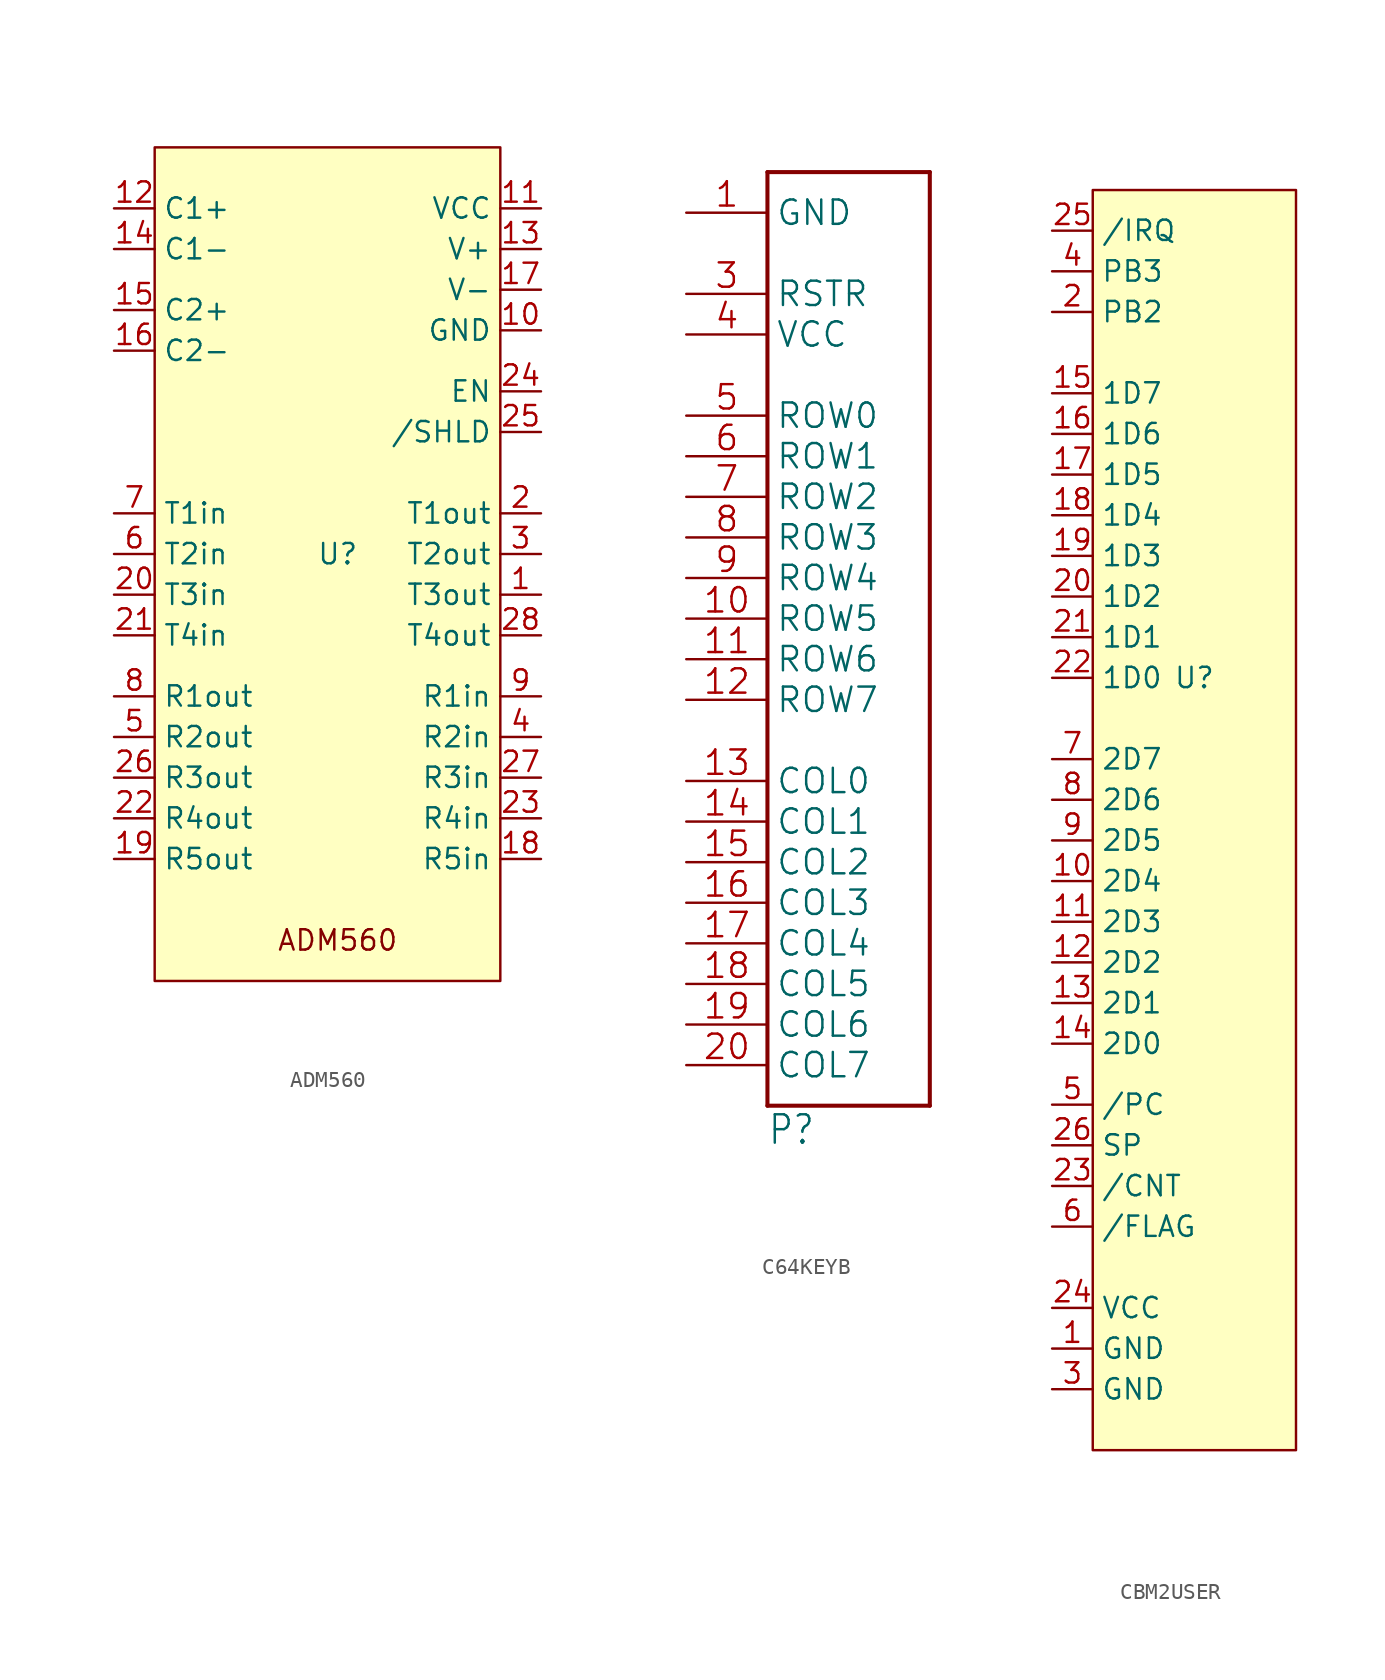
<source format=kicad_sym>
(kicad_symbol_lib
  (version 20241209)
  (generator "kicad_symbol_editor")
  (generator_version "9.0")
  (symbol "ADM560"
    (property "Reference" "U"
      (at 0 0 0)
      (effects (font (size 1.27 1.27))))
    (property "Value" ""
      (at 0 0 0)
      (effects (font (size 1.27 1.27))))
    (symbol "ADM560_1_1"
      (rectangle (start -11.43 25.4) (end 10.16 -26.67) (stroke (width 0) (type solid)) (fill (type background)))
      (text "ADM560" (at 0 -24.13 0) (effects (font (size 1.27 1.27))))
      (pin input line (at -13.97 21.59 0) (length 2.54) (name "C1+" (effects (font (size 1.27 1.27)))) (number "12" (effects (font (size 1.27 1.27)))))
      (pin input line (at -13.97 19.05 0) (length 2.54) (name "C1-" (effects (font (size 1.27 1.27)))) (number "14" (effects (font (size 1.27 1.27)))))
      (pin input line (at -13.97 15.24 0) (length 2.54) (name "C2+" (effects (font (size 1.27 1.27)))) (number "15" (effects (font (size 1.27 1.27)))))
      (pin input line (at -13.97 12.7 0) (length 2.54) (name "C2-" (effects (font (size 1.27 1.27)))) (number "16" (effects (font (size 1.27 1.27)))))
      (pin input line (at -13.97 2.54 0) (length 2.54) (name "T1in" (effects (font (size 1.27 1.27)))) (number "7" (effects (font (size 1.27 1.27)))))
      (pin input line (at -13.97 0 0) (length 2.54) (name "T2in" (effects (font (size 1.27 1.27)))) (number "6" (effects (font (size 1.27 1.27)))))
      (pin input line (at -13.97 -2.54 0) (length 2.54) (name "T3in" (effects (font (size 1.27 1.27)))) (number "20" (effects (font (size 1.27 1.27)))))
      (pin input line (at -13.97 -5.08 0) (length 2.54) (name "T4in" (effects (font (size 1.27 1.27)))) (number "21" (effects (font (size 1.27 1.27)))))
      (pin input line (at -13.97 -8.89 0) (length 2.54) (name "R1out" (effects (font (size 1.27 1.27)))) (number "8" (effects (font (size 1.27 1.27)))))
      (pin input line (at -13.97 -11.43 0) (length 2.54) (name "R2out" (effects (font (size 1.27 1.27)))) (number "5" (effects (font (size 1.27 1.27)))))
      (pin input line (at -13.97 -13.97 0) (length 2.54) (name "R3out" (effects (font (size 1.27 1.27)))) (number "26" (effects (font (size 1.27 1.27)))))
      (pin input line (at -13.97 -16.51 0) (length 2.54) (name "R4out" (effects (font (size 1.27 1.27)))) (number "22" (effects (font (size 1.27 1.27)))))
      (pin input line (at -13.97 -19.05 0) (length 2.54) (name "R5out" (effects (font (size 1.27 1.27)))) (number "19" (effects (font (size 1.27 1.27)))))
      (pin input line (at 12.7 21.59 180) (length 2.54) (name "VCC" (effects (font (size 1.27 1.27)))) (number "11" (effects (font (size 1.27 1.27)))))
      (pin input line (at 12.7 19.05 180) (length 2.54) (name "V+" (effects (font (size 1.27 1.27)))) (number "13" (effects (font (size 1.27 1.27)))))
      (pin input line (at 12.7 16.51 180) (length 2.54) (name "V-" (effects (font (size 1.27 1.27)))) (number "17" (effects (font (size 1.27 1.27)))))
      (pin input line (at 12.7 13.97 180) (length 2.54) (name "GND" (effects (font (size 1.27 1.27)))) (number "10" (effects (font (size 1.27 1.27)))))
      (pin input line (at 12.7 10.16 180) (length 2.54) (name "EN" (effects (font (size 1.27 1.27)))) (number "24" (effects (font (size 1.27 1.27)))))
      (pin input line (at 12.7 7.62 180) (length 2.54) (name "/SHLD" (effects (font (size 1.27 1.27)))) (number "25" (effects (font (size 1.27 1.27)))))
      (pin input line (at 12.7 2.54 180) (length 2.54) (name "T1out" (effects (font (size 1.27 1.27)))) (number "2" (effects (font (size 1.27 1.27)))))
      (pin input line (at 12.7 0 180) (length 2.54) (name "T2out" (effects (font (size 1.27 1.27)))) (number "3" (effects (font (size 1.27 1.27)))))
      (pin input line (at 12.7 -2.54 180) (length 2.54) (name "T3out" (effects (font (size 1.27 1.27)))) (number "1" (effects (font (size 1.27 1.27)))))
      (pin input line (at 12.7 -5.08 180) (length 2.54) (name "T4out" (effects (font (size 1.27 1.27)))) (number "28" (effects (font (size 1.27 1.27)))))
      (pin input line (at 12.7 -8.89 180) (length 2.54) (name "R1in" (effects (font (size 1.27 1.27)))) (number "9" (effects (font (size 1.27 1.27)))))
      (pin input line (at 12.7 -11.43 180) (length 2.54) (name "R2in" (effects (font (size 1.27 1.27)))) (number "4" (effects (font (size 1.27 1.27)))))
      (pin input line (at 12.7 -13.97 180) (length 2.54) (name "R3in" (effects (font (size 1.27 1.27)))) (number "27" (effects (font (size 1.27 1.27)))))
      (pin input line (at 12.7 -16.51 180) (length 2.54) (name "R4in" (effects (font (size 1.27 1.27)))) (number "23" (effects (font (size 1.27 1.27)))))
      (pin input line (at 12.7 -19.05 180) (length 2.54) (name "R5in" (effects (font (size 1.27 1.27)))) (number "18" (effects (font (size 1.27 1.27)))))))
  (symbol "C64KEYB"
    (property "Reference" "P"
      (at -7.62 -35.56 0)
      (effects (font (size 1.778 1.511)) (justify left bottom)))
    (property "Value" ""
      (at -7.62 25.4 0)
      (effects (font (size 1.778 1.511)) (justify left bottom)))
    (property "ki_locked" ""
      (at 0 0 0)
      (effects (font (size 1.27 1.27))))
    (symbol "C64KEYB_1_0"
      (polyline (pts (xy -7.62 25.4) (xy -7.62 -33.02)) (stroke (width 0.254) (type solid)) (fill (type none)))
      (polyline (pts (xy -7.62 -33.02) (xy 2.54 -33.02)) (stroke (width 0.254) (type solid)) (fill (type none)))
      (polyline (pts (xy 2.54 25.4) (xy -7.62 25.4)) (stroke (width 0.254) (type solid)) (fill (type none)))
      (polyline (pts (xy 2.54 -33.02) (xy 2.54 25.4)) (stroke (width 0.254) (type solid)) (fill (type none)))
      (pin bidirectional line (at -12.7 22.86 0) (length 5.08) (name "GND" (effects (font (size 1.524 1.524)))) (number "1" (effects (font (size 1.524 1.524)))))
      (pin bidirectional line (at -12.7 17.78 0) (length 5.08) (name "RSTR" (effects (font (size 1.524 1.524)))) (number "3" (effects (font (size 1.524 1.524)))))
      (pin bidirectional line (at -12.7 15.24 0) (length 5.08) (name "VCC" (effects (font (size 1.524 1.524)))) (number "4" (effects (font (size 1.524 1.524)))))
      (pin bidirectional line (at -12.7 10.16 0) (length 5.08) (name "ROW0" (effects (font (size 1.524 1.524)))) (number "5" (effects (font (size 1.524 1.524)))))
      (pin bidirectional line (at -12.7 7.62 0) (length 5.08) (name "ROW1" (effects (font (size 1.524 1.524)))) (number "6" (effects (font (size 1.524 1.524)))))
      (pin bidirectional line (at -12.7 5.08 0) (length 5.08) (name "ROW2" (effects (font (size 1.524 1.524)))) (number "7" (effects (font (size 1.524 1.524)))))
      (pin bidirectional line (at -12.7 2.54 0) (length 5.08) (name "ROW3" (effects (font (size 1.524 1.524)))) (number "8" (effects (font (size 1.524 1.524)))))
      (pin bidirectional line (at -12.7 0 0) (length 5.08) (name "ROW4" (effects (font (size 1.524 1.524)))) (number "9" (effects (font (size 1.524 1.524)))))
      (pin bidirectional line (at -12.7 -2.54 0) (length 5.08) (name "ROW5" (effects (font (size 1.524 1.524)))) (number "10" (effects (font (size 1.524 1.524)))))
      (pin bidirectional line (at -12.7 -5.08 0) (length 5.08) (name "ROW6" (effects (font (size 1.524 1.524)))) (number "11" (effects (font (size 1.524 1.524)))))
      (pin bidirectional line (at -12.7 -7.62 0) (length 5.08) (name "ROW7" (effects (font (size 1.524 1.524)))) (number "12" (effects (font (size 1.524 1.524)))))
      (pin bidirectional line (at -12.7 -12.7 0) (length 5.08) (name "COL0" (effects (font (size 1.524 1.524)))) (number "13" (effects (font (size 1.524 1.524)))))
      (pin bidirectional line (at -12.7 -15.24 0) (length 5.08) (name "COL1" (effects (font (size 1.524 1.524)))) (number "14" (effects (font (size 1.524 1.524)))))
      (pin bidirectional line (at -12.7 -17.78 0) (length 5.08) (name "COL2" (effects (font (size 1.524 1.524)))) (number "15" (effects (font (size 1.524 1.524)))))
      (pin bidirectional line (at -12.7 -20.32 0) (length 5.08) (name "COL3" (effects (font (size 1.524 1.524)))) (number "16" (effects (font (size 1.524 1.524)))))
      (pin bidirectional line (at -12.7 -22.86 0) (length 5.08) (name "COL4" (effects (font (size 1.524 1.524)))) (number "17" (effects (font (size 1.524 1.524)))))
      (pin bidirectional line (at -12.7 -25.4 0) (length 5.08) (name "COL5" (effects (font (size 1.524 1.524)))) (number "18" (effects (font (size 1.524 1.524)))))
      (pin bidirectional line (at -12.7 -27.94 0) (length 5.08) (name "COL6" (effects (font (size 1.524 1.524)))) (number "19" (effects (font (size 1.524 1.524)))))
      (pin bidirectional line (at -12.7 -30.48 0) (length 5.08) (name "COL7" (effects (font (size 1.524 1.524)))) (number "20" (effects (font (size 1.524 1.524)))))))
  (symbol "CBM2USER"
    (property "Reference" "U"
      (at 0 0 0)
      (effects (font (size 1.27 1.27))))
    (property "Value" ""
      (at 0 0 0)
      (effects (font (size 1.27 1.27))))
    (symbol "CBM2USER_1_1"
      (rectangle (start -6.35 30.48) (end 6.35 -48.26) (stroke (width 0) (type solid)) (fill (type background)))
      (pin input line (at -8.89 27.94 0) (length 2.54) (name "/IRQ" (effects (font (size 1.27 1.27)))) (number "25" (effects (font (size 1.27 1.27)))))
      (pin input line (at -8.89 25.4 0) (length 2.54) (name "PB3" (effects (font (size 1.27 1.27)))) (number "4" (effects (font (size 1.27 1.27)))))
      (pin input line (at -8.89 22.86 0) (length 2.54) (name "PB2" (effects (font (size 1.27 1.27)))) (number "2" (effects (font (size 1.27 1.27)))))
      (pin input line (at -8.89 17.78 0) (length 2.54) (name "1D7" (effects (font (size 1.27 1.27)))) (number "15" (effects (font (size 1.27 1.27)))))
      (pin input line (at -8.89 15.24 0) (length 2.54) (name "1D6" (effects (font (size 1.27 1.27)))) (number "16" (effects (font (size 1.27 1.27)))))
      (pin input line (at -8.89 12.7 0) (length 2.54) (name "1D5" (effects (font (size 1.27 1.27)))) (number "17" (effects (font (size 1.27 1.27)))))
      (pin input line (at -8.89 10.16 0) (length 2.54) (name "1D4" (effects (font (size 1.27 1.27)))) (number "18" (effects (font (size 1.27 1.27)))))
      (pin input line (at -8.89 7.62 0) (length 2.54) (name "1D3" (effects (font (size 1.27 1.27)))) (number "19" (effects (font (size 1.27 1.27)))))
      (pin input line (at -8.89 5.08 0) (length 2.54) (name "1D2" (effects (font (size 1.27 1.27)))) (number "20" (effects (font (size 1.27 1.27)))))
      (pin input line (at -8.89 2.54 0) (length 2.54) (name "1D1" (effects (font (size 1.27 1.27)))) (number "21" (effects (font (size 1.27 1.27)))))
      (pin input line (at -8.89 0 0) (length 2.54) (name "1D0" (effects (font (size 1.27 1.27)))) (number "22" (effects (font (size 1.27 1.27)))))
      (pin input line (at -8.89 -5.08 0) (length 2.54) (name "2D7" (effects (font (size 1.27 1.27)))) (number "7" (effects (font (size 1.27 1.27)))))
      (pin input line (at -8.89 -7.62 0) (length 2.54) (name "2D6" (effects (font (size 1.27 1.27)))) (number "8" (effects (font (size 1.27 1.27)))))
      (pin input line (at -8.89 -10.16 0) (length 2.54) (name "2D5" (effects (font (size 1.27 1.27)))) (number "9" (effects (font (size 1.27 1.27)))))
      (pin input line (at -8.89 -12.7 0) (length 2.54) (name "2D4" (effects (font (size 1.27 1.27)))) (number "10" (effects (font (size 1.27 1.27)))))
      (pin input line (at -8.89 -15.24 0) (length 2.54) (name "2D3" (effects (font (size 1.27 1.27)))) (number "11" (effects (font (size 1.27 1.27)))))
      (pin input line (at -8.89 -17.78 0) (length 2.54) (name "2D2" (effects (font (size 1.27 1.27)))) (number "12" (effects (font (size 1.27 1.27)))))
      (pin input line (at -8.89 -20.32 0) (length 2.54) (name "2D1" (effects (font (size 1.27 1.27)))) (number "13" (effects (font (size 1.27 1.27)))))
      (pin input line (at -8.89 -22.86 0) (length 2.54) (name "2D0" (effects (font (size 1.27 1.27)))) (number "14" (effects (font (size 1.27 1.27)))))
      (pin input line (at -8.89 -26.67 0) (length 2.54) (name "/PC" (effects (font (size 1.27 1.27)))) (number "5" (effects (font (size 1.27 1.27)))))
      (pin input line (at -8.89 -29.21 0) (length 2.54) (name "SP" (effects (font (size 1.27 1.27)))) (number "26" (effects (font (size 1.27 1.27)))))
      (pin input line (at -8.89 -31.75 0) (length 2.54) (name "/CNT" (effects (font (size 1.27 1.27)))) (number "23" (effects (font (size 1.27 1.27)))))
      (pin input line (at -8.89 -34.29 0) (length 2.54) (name "/FLAG" (effects (font (size 1.27 1.27)))) (number "6" (effects (font (size 1.27 1.27)))))
      (pin input line (at -8.89 -39.37 0) (length 2.54) (name "VCC" (effects (font (size 1.27 1.27)))) (number "24" (effects (font (size 1.27 1.27)))))
      (pin input line (at -8.89 -41.91 0) (length 2.54) (name "GND" (effects (font (size 1.27 1.27)))) (number "1" (effects (font (size 1.27 1.27)))))
      (pin input line (at -8.89 -44.45 0) (length 2.54) (name "GND" (effects (font (size 1.27 1.27)))) (number "3" (effects (font (size 1.27 1.27))))))))
</source>
